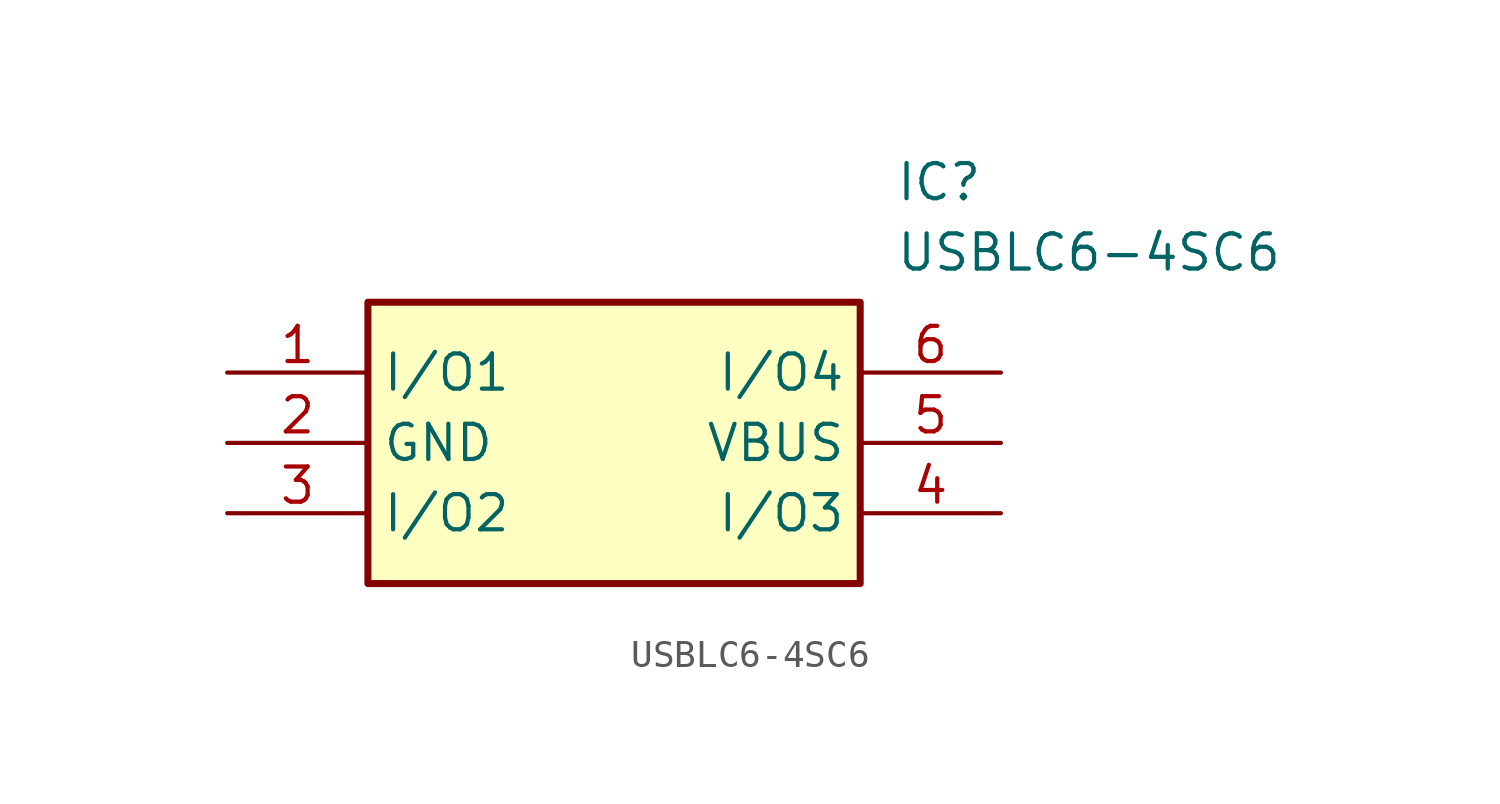
<source format=kicad_sym>
(kicad_symbol_lib
  (version 20211014)
  (generator SamacSys_ECAD_Model)
  (symbol "USBLC6-4SC6"
    (property "Reference" "IC"
      (at 24.13 7.62 0)
      (effects (font (size 1.27 1.27)) (justify left top)))
    (property "Value" "USBLC6-4SC6"
      (at 24.13 5.08 0)
      (effects (font (size 1.27 1.27)) (justify left top)))
    (rectangle
      (start 5.08 2.54)
      (end 22.86 -7.62)
      (stroke (width 0.254) (type default))
      (fill (type background)))
    (pin passive line
      (at 0 0 0)
      (length 5.08)
      (name "I/O1" (effects (font (size 1.27 1.27))))
      (number "1" (effects (font (size 1.27 1.27)))))
    (pin passive line
      (at 0 -2.54 0)
      (length 5.08)
      (name "GND" (effects (font (size 1.27 1.27))))
      (number "2" (effects (font (size 1.27 1.27)))))
    (pin passive line
      (at 0 -5.08 0)
      (length 5.08)
      (name "I/O2" (effects (font (size 1.27 1.27))))
      (number "3" (effects (font (size 1.27 1.27)))))
    (pin passive line
      (at 27.94 0 180)
      (length 5.08)
      (name "I/O4" (effects (font (size 1.27 1.27))))
      (number "6" (effects (font (size 1.27 1.27)))))
    (pin passive line
      (at 27.94 -2.54 180)
      (length 5.08)
      (name "VBUS" (effects (font (size 1.27 1.27))))
      (number "5" (effects (font (size 1.27 1.27)))))
    (pin passive line
      (at 27.94 -5.08 180)
      (length 5.08)
      (name "I/O3" (effects (font (size 1.27 1.27))))
      (number "4" (effects (font (size 1.27 1.27)))))))
</source>
